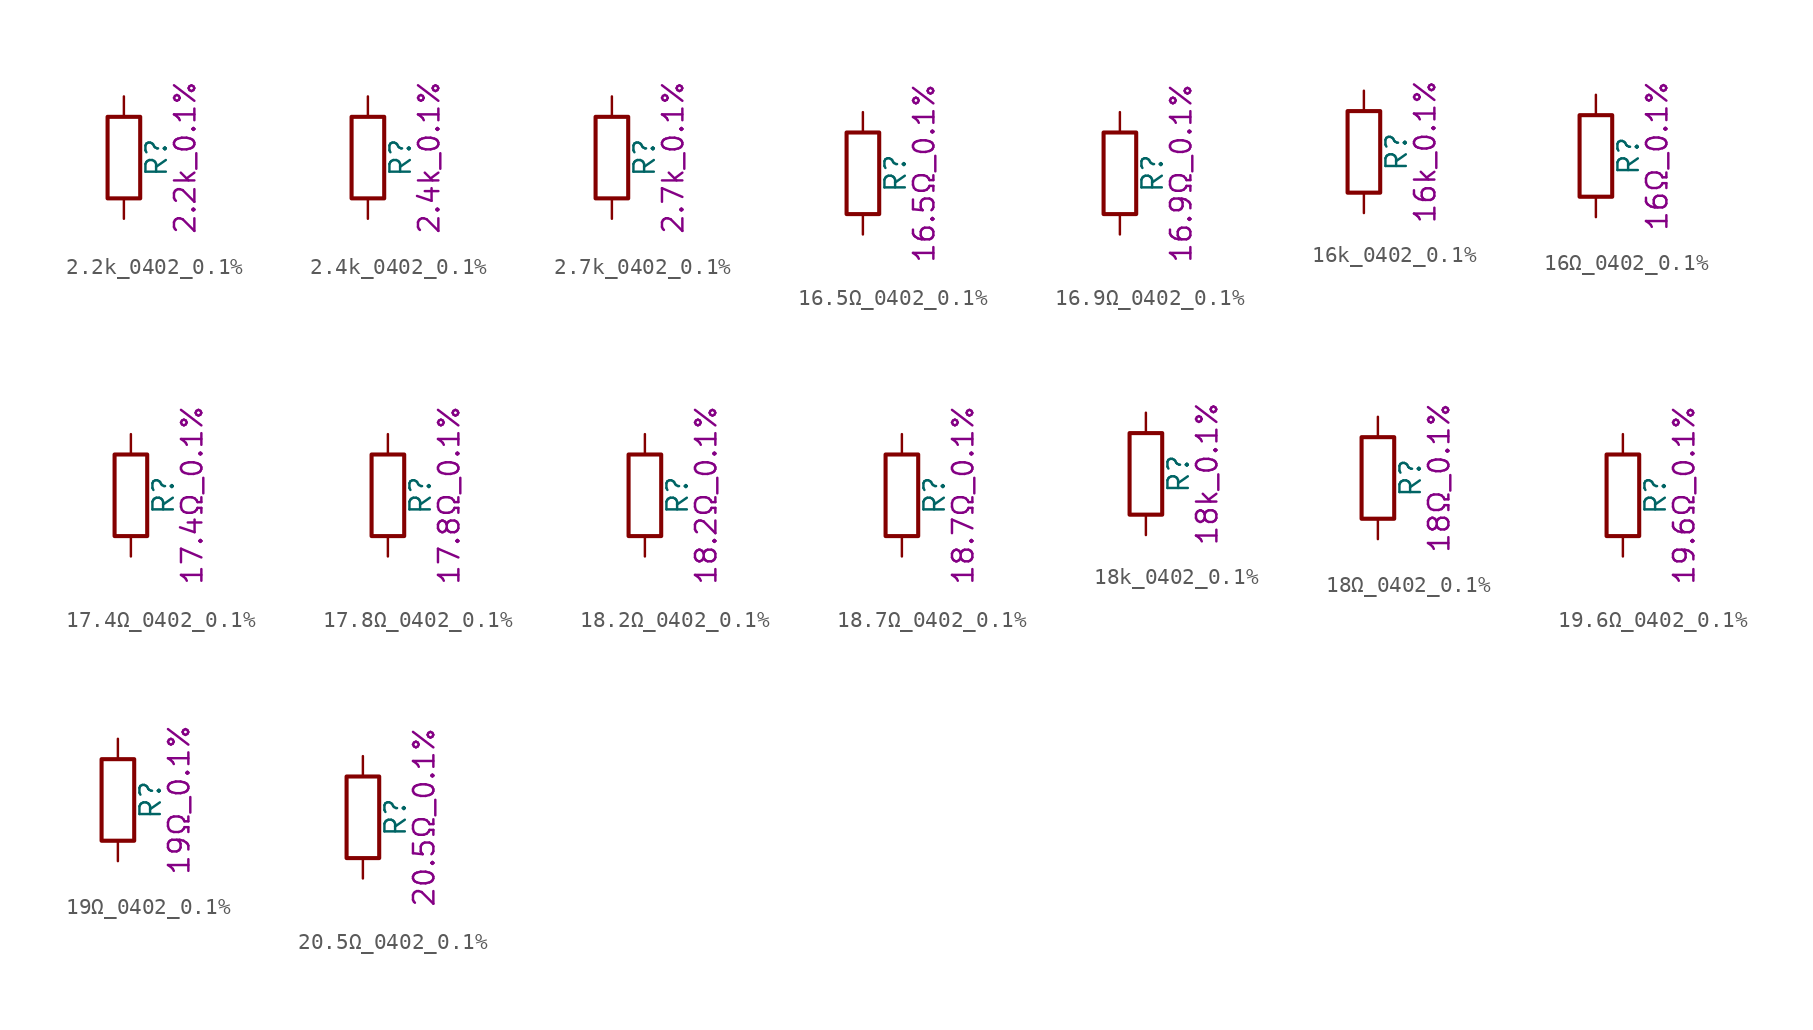
<source format=kicad_sym>
(kicad_symbol_lib
  (version 20211014)
  (generator kicad_symbol_editor)
  (symbol "2.2k_0402_0.1%"
    (pin_numbers hide)
    (pin_names
      (offset 0))
    (property "Reference" "R"
      (at 2.032 0 90)
      (effects (font (size 1.27 1.27))))
    (property "Display" "2.2k_0.1%"
      (at 3.81 0 90)
      (effects (font (size 1.27 1.27))))
    (symbol "2.2k_0402_0.1%_0_1"
      (rectangle (start -1.016 -2.54) (end 1.016 2.54) (stroke (width 0.254) (type default) (color 0 0 0 0)) (fill (type none))))
    (symbol "2.2k_0402_0.1%_1_1"
      (pin passive line (at 0 3.81 270) (length 1.27) (name "~" (effects (font (size 1.27 1.27)))) (number "1" (effects (font (size 1.27 1.27)))))
      (pin passive line (at 0 -3.81 90) (length 1.27) (name "~" (effects (font (size 1.27 1.27)))) (number "2" (effects (font (size 1.27 1.27)))))))
  (symbol "2.4k_0402_0.1%"
    (pin_numbers hide)
    (pin_names
      (offset 0))
    (property "Reference" "R"
      (at 2.032 0 90)
      (effects (font (size 1.27 1.27))))
    (property "Display" "2.4k_0.1%"
      (at 3.81 0 90)
      (effects (font (size 1.27 1.27))))
    (symbol "2.4k_0402_0.1%_0_1"
      (rectangle (start -1.016 -2.54) (end 1.016 2.54) (stroke (width 0.254) (type default) (color 0 0 0 0)) (fill (type none))))
    (symbol "2.4k_0402_0.1%_1_1"
      (pin passive line (at 0 3.81 270) (length 1.27) (name "~" (effects (font (size 1.27 1.27)))) (number "1" (effects (font (size 1.27 1.27)))))
      (pin passive line (at 0 -3.81 90) (length 1.27) (name "~" (effects (font (size 1.27 1.27)))) (number "2" (effects (font (size 1.27 1.27)))))))
  (symbol "2.7k_0402_0.1%"
    (pin_numbers hide)
    (pin_names
      (offset 0))
    (property "Reference" "R"
      (at 2.032 0 90)
      (effects (font (size 1.27 1.27))))
    (property "Display" "2.7k_0.1%"
      (at 3.81 0 90)
      (effects (font (size 1.27 1.27))))
    (symbol "2.7k_0402_0.1%_0_1"
      (rectangle (start -1.016 -2.54) (end 1.016 2.54) (stroke (width 0.254) (type default) (color 0 0 0 0)) (fill (type none))))
    (symbol "2.7k_0402_0.1%_1_1"
      (pin passive line (at 0 3.81 270) (length 1.27) (name "~" (effects (font (size 1.27 1.27)))) (number "1" (effects (font (size 1.27 1.27)))))
      (pin passive line (at 0 -3.81 90) (length 1.27) (name "~" (effects (font (size 1.27 1.27)))) (number "2" (effects (font (size 1.27 1.27)))))))
  (symbol "16.5Ω_0402_0.1%"
    (pin_numbers hide)
    (pin_names
      (offset 0))
    (property "Reference" "R"
      (at 2.032 0 90)
      (effects (font (size 1.27 1.27))))
    (property "Display" "16.5Ω_0.1%"
      (at 3.81 0 90)
      (effects (font (size 1.27 1.27))))
    (symbol "16.5Ω_0402_0.1%_0_1"
      (rectangle (start -1.016 -2.54) (end 1.016 2.54) (stroke (width 0.254) (type default) (color 0 0 0 0)) (fill (type none))))
    (symbol "16.5Ω_0402_0.1%_1_1"
      (pin passive line (at 0 3.81 270) (length 1.27) (name "~" (effects (font (size 1.27 1.27)))) (number "1" (effects (font (size 1.27 1.27)))))
      (pin passive line (at 0 -3.81 90) (length 1.27) (name "~" (effects (font (size 1.27 1.27)))) (number "2" (effects (font (size 1.27 1.27)))))))
  (symbol "16.9Ω_0402_0.1%"
    (pin_numbers hide)
    (pin_names
      (offset 0))
    (property "Reference" "R"
      (at 2.032 0 90)
      (effects (font (size 1.27 1.27))))
    (property "Display" "16.9Ω_0.1%"
      (at 3.81 0 90)
      (effects (font (size 1.27 1.27))))
    (symbol "16.9Ω_0402_0.1%_0_1"
      (rectangle (start -1.016 -2.54) (end 1.016 2.54) (stroke (width 0.254) (type default) (color 0 0 0 0)) (fill (type none))))
    (symbol "16.9Ω_0402_0.1%_1_1"
      (pin passive line (at 0 3.81 270) (length 1.27) (name "~" (effects (font (size 1.27 1.27)))) (number "1" (effects (font (size 1.27 1.27)))))
      (pin passive line (at 0 -3.81 90) (length 1.27) (name "~" (effects (font (size 1.27 1.27)))) (number "2" (effects (font (size 1.27 1.27)))))))
  (symbol "16k_0402_0.1%"
    (pin_numbers hide)
    (pin_names
      (offset 0))
    (property "Reference" "R"
      (at 2.032 0 90)
      (effects (font (size 1.27 1.27))))
    (property "Display" "16k_0.1%"
      (at 3.81 0 90)
      (effects (font (size 1.27 1.27))))
    (symbol "16k_0402_0.1%_0_1"
      (rectangle (start -1.016 -2.54) (end 1.016 2.54) (stroke (width 0.254) (type default) (color 0 0 0 0)) (fill (type none))))
    (symbol "16k_0402_0.1%_1_1"
      (pin passive line (at 0 3.81 270) (length 1.27) (name "~" (effects (font (size 1.27 1.27)))) (number "1" (effects (font (size 1.27 1.27)))))
      (pin passive line (at 0 -3.81 90) (length 1.27) (name "~" (effects (font (size 1.27 1.27)))) (number "2" (effects (font (size 1.27 1.27)))))))
  (symbol "16Ω_0402_0.1%"
    (pin_numbers hide)
    (pin_names
      (offset 0))
    (property "Reference" "R"
      (at 2.032 0 90)
      (effects (font (size 1.27 1.27))))
    (property "Display" "16Ω_0.1%"
      (at 3.81 0 90)
      (effects (font (size 1.27 1.27))))
    (symbol "16Ω_0402_0.1%_0_1"
      (rectangle (start -1.016 -2.54) (end 1.016 2.54) (stroke (width 0.254) (type default) (color 0 0 0 0)) (fill (type none))))
    (symbol "16Ω_0402_0.1%_1_1"
      (pin passive line (at 0 3.81 270) (length 1.27) (name "~" (effects (font (size 1.27 1.27)))) (number "1" (effects (font (size 1.27 1.27)))))
      (pin passive line (at 0 -3.81 90) (length 1.27) (name "~" (effects (font (size 1.27 1.27)))) (number "2" (effects (font (size 1.27 1.27)))))))
  (symbol "17.4Ω_0402_0.1%"
    (pin_numbers hide)
    (pin_names
      (offset 0))
    (property "Reference" "R"
      (at 2.032 0 90)
      (effects (font (size 1.27 1.27))))
    (property "Display" "17.4Ω_0.1%"
      (at 3.81 0 90)
      (effects (font (size 1.27 1.27))))
    (symbol "17.4Ω_0402_0.1%_0_1"
      (rectangle (start -1.016 -2.54) (end 1.016 2.54) (stroke (width 0.254) (type default) (color 0 0 0 0)) (fill (type none))))
    (symbol "17.4Ω_0402_0.1%_1_1"
      (pin passive line (at 0 3.81 270) (length 1.27) (name "~" (effects (font (size 1.27 1.27)))) (number "1" (effects (font (size 1.27 1.27)))))
      (pin passive line (at 0 -3.81 90) (length 1.27) (name "~" (effects (font (size 1.27 1.27)))) (number "2" (effects (font (size 1.27 1.27)))))))
  (symbol "17.8Ω_0402_0.1%"
    (pin_numbers hide)
    (pin_names
      (offset 0))
    (property "Reference" "R"
      (at 2.032 0 90)
      (effects (font (size 1.27 1.27))))
    (property "Display" "17.8Ω_0.1%"
      (at 3.81 0 90)
      (effects (font (size 1.27 1.27))))
    (symbol "17.8Ω_0402_0.1%_0_1"
      (rectangle (start -1.016 -2.54) (end 1.016 2.54) (stroke (width 0.254) (type default) (color 0 0 0 0)) (fill (type none))))
    (symbol "17.8Ω_0402_0.1%_1_1"
      (pin passive line (at 0 3.81 270) (length 1.27) (name "~" (effects (font (size 1.27 1.27)))) (number "1" (effects (font (size 1.27 1.27)))))
      (pin passive line (at 0 -3.81 90) (length 1.27) (name "~" (effects (font (size 1.27 1.27)))) (number "2" (effects (font (size 1.27 1.27)))))))
  (symbol "18.2Ω_0402_0.1%"
    (pin_numbers hide)
    (pin_names
      (offset 0))
    (property "Reference" "R"
      (at 2.032 0 90)
      (effects (font (size 1.27 1.27))))
    (property "Display" "18.2Ω_0.1%"
      (at 3.81 0 90)
      (effects (font (size 1.27 1.27))))
    (symbol "18.2Ω_0402_0.1%_0_1"
      (rectangle (start -1.016 -2.54) (end 1.016 2.54) (stroke (width 0.254) (type default) (color 0 0 0 0)) (fill (type none))))
    (symbol "18.2Ω_0402_0.1%_1_1"
      (pin passive line (at 0 3.81 270) (length 1.27) (name "~" (effects (font (size 1.27 1.27)))) (number "1" (effects (font (size 1.27 1.27)))))
      (pin passive line (at 0 -3.81 90) (length 1.27) (name "~" (effects (font (size 1.27 1.27)))) (number "2" (effects (font (size 1.27 1.27)))))))
  (symbol "18.7Ω_0402_0.1%"
    (pin_numbers hide)
    (pin_names
      (offset 0))
    (property "Reference" "R"
      (at 2.032 0 90)
      (effects (font (size 1.27 1.27))))
    (property "Display" "18.7Ω_0.1%"
      (at 3.81 0 90)
      (effects (font (size 1.27 1.27))))
    (symbol "18.7Ω_0402_0.1%_0_1"
      (rectangle (start -1.016 -2.54) (end 1.016 2.54) (stroke (width 0.254) (type default) (color 0 0 0 0)) (fill (type none))))
    (symbol "18.7Ω_0402_0.1%_1_1"
      (pin passive line (at 0 3.81 270) (length 1.27) (name "~" (effects (font (size 1.27 1.27)))) (number "1" (effects (font (size 1.27 1.27)))))
      (pin passive line (at 0 -3.81 90) (length 1.27) (name "~" (effects (font (size 1.27 1.27)))) (number "2" (effects (font (size 1.27 1.27)))))))
  (symbol "18k_0402_0.1%"
    (pin_numbers hide)
    (pin_names
      (offset 0))
    (property "Reference" "R"
      (at 2.032 0 90)
      (effects (font (size 1.27 1.27))))
    (property "Display" "18k_0.1%"
      (at 3.81 0 90)
      (effects (font (size 1.27 1.27))))
    (symbol "18k_0402_0.1%_0_1"
      (rectangle (start -1.016 -2.54) (end 1.016 2.54) (stroke (width 0.254) (type default) (color 0 0 0 0)) (fill (type none))))
    (symbol "18k_0402_0.1%_1_1"
      (pin passive line (at 0 3.81 270) (length 1.27) (name "~" (effects (font (size 1.27 1.27)))) (number "1" (effects (font (size 1.27 1.27)))))
      (pin passive line (at 0 -3.81 90) (length 1.27) (name "~" (effects (font (size 1.27 1.27)))) (number "2" (effects (font (size 1.27 1.27)))))))
  (symbol "18Ω_0402_0.1%"
    (pin_numbers hide)
    (pin_names
      (offset 0))
    (property "Reference" "R"
      (at 2.032 0 90)
      (effects (font (size 1.27 1.27))))
    (property "Display" "18Ω_0.1%"
      (at 3.81 0 90)
      (effects (font (size 1.27 1.27))))
    (symbol "18Ω_0402_0.1%_0_1"
      (rectangle (start -1.016 -2.54) (end 1.016 2.54) (stroke (width 0.254) (type default) (color 0 0 0 0)) (fill (type none))))
    (symbol "18Ω_0402_0.1%_1_1"
      (pin passive line (at 0 3.81 270) (length 1.27) (name "~" (effects (font (size 1.27 1.27)))) (number "1" (effects (font (size 1.27 1.27)))))
      (pin passive line (at 0 -3.81 90) (length 1.27) (name "~" (effects (font (size 1.27 1.27)))) (number "2" (effects (font (size 1.27 1.27)))))))
  (symbol "19.6Ω_0402_0.1%"
    (pin_numbers hide)
    (pin_names
      (offset 0))
    (property "Reference" "R"
      (at 2.032 0 90)
      (effects (font (size 1.27 1.27))))
    (property "Display" "19.6Ω_0.1%"
      (at 3.81 0 90)
      (effects (font (size 1.27 1.27))))
    (symbol "19.6Ω_0402_0.1%_0_1"
      (rectangle (start -1.016 -2.54) (end 1.016 2.54) (stroke (width 0.254) (type default) (color 0 0 0 0)) (fill (type none))))
    (symbol "19.6Ω_0402_0.1%_1_1"
      (pin passive line (at 0 3.81 270) (length 1.27) (name "~" (effects (font (size 1.27 1.27)))) (number "1" (effects (font (size 1.27 1.27)))))
      (pin passive line (at 0 -3.81 90) (length 1.27) (name "~" (effects (font (size 1.27 1.27)))) (number "2" (effects (font (size 1.27 1.27)))))))
  (symbol "19Ω_0402_0.1%"
    (pin_numbers hide)
    (pin_names
      (offset 0))
    (property "Reference" "R"
      (at 2.032 0 90)
      (effects (font (size 1.27 1.27))))
    (property "Display" "19Ω_0.1%"
      (at 3.81 0 90)
      (effects (font (size 1.27 1.27))))
    (symbol "19Ω_0402_0.1%_0_1"
      (rectangle (start -1.016 -2.54) (end 1.016 2.54) (stroke (width 0.254) (type default) (color 0 0 0 0)) (fill (type none))))
    (symbol "19Ω_0402_0.1%_1_1"
      (pin passive line (at 0 3.81 270) (length 1.27) (name "~" (effects (font (size 1.27 1.27)))) (number "1" (effects (font (size 1.27 1.27)))))
      (pin passive line (at 0 -3.81 90) (length 1.27) (name "~" (effects (font (size 1.27 1.27)))) (number "2" (effects (font (size 1.27 1.27)))))))
  (symbol "20.5Ω_0402_0.1%"
    (pin_numbers hide)
    (pin_names
      (offset 0))
    (property "Reference" "R"
      (at 2.032 0 90)
      (effects (font (size 1.27 1.27))))
    (property "Display" "20.5Ω_0.1%"
      (at 3.81 0 90)
      (effects (font (size 1.27 1.27))))
    (symbol "20.5Ω_0402_0.1%_0_1"
      (rectangle (start -1.016 -2.54) (end 1.016 2.54) (stroke (width 0.254) (type default) (color 0 0 0 0)) (fill (type none))))
    (symbol "20.5Ω_0402_0.1%_1_1"
      (pin passive line (at 0 3.81 270) (length 1.27) (name "~" (effects (font (size 1.27 1.27)))) (number "1" (effects (font (size 1.27 1.27)))))
      (pin passive line (at 0 -3.81 90) (length 1.27) (name "~" (effects (font (size 1.27 1.27)))) (number "2" (effects (font (size 1.27 1.27))))))))
</source>
